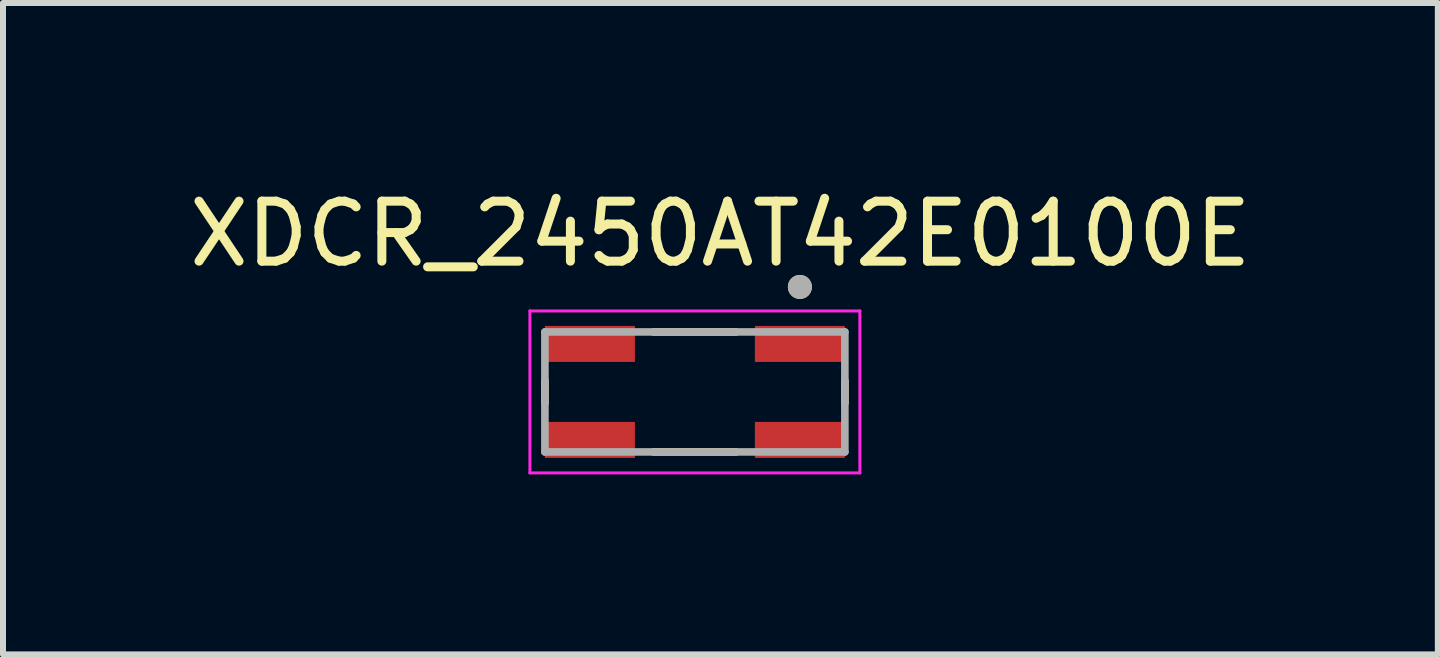
<source format=kicad_pcb>
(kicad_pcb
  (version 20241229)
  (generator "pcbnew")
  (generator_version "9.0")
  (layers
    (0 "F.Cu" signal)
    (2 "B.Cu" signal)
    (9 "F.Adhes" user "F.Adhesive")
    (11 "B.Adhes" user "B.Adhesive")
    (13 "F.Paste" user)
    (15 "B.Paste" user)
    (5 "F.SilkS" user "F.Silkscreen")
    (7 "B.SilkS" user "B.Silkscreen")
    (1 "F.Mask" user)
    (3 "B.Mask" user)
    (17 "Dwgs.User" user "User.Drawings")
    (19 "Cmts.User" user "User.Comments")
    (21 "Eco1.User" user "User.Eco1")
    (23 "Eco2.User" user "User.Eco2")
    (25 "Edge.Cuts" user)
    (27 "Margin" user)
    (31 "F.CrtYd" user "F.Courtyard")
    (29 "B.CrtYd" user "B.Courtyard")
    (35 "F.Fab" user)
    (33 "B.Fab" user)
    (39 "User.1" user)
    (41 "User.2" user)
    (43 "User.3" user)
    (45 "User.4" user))
  (footprint "XDCR_2450AT42E0100E"
    (layer "F.Cu")
    (at 8.533 3.483)
    (property "Reference" "XDCR_2450AT42E0100E" (at 0.425 -2.635 0) (layer "F.SilkS") (effects (font (size 1 1) (thickness 0.15))))
    (attr smd)
    (fp_line (start -2.5 -0.186) (end -2.5 0.186) (stroke (width 0.127) (type solid)) (layer "F.SilkS"))
    (fp_line (start -0.686 -1) (end 0.686 -1) (stroke (width 0.127) (type solid)) (layer "F.SilkS"))
    (fp_line (start -0.686 1) (end 0.686 1) (stroke (width 0.127) (type solid)) (layer "F.SilkS"))
    (fp_line (start 2.5 -0.186) (end 2.5 0.186) (stroke (width 0.127) (type solid)) (layer "F.SilkS"))
    (fp_circle (center 1.75 -1.75) (end 1.85 -1.75) (stroke (width 0.2) (type solid)) (fill no) (layer "F.SilkS"))
    (fp_line (start -2.75 -1.35) (end 2.75 -1.35) (stroke (width 0.05) (type solid)) (layer "F.CrtYd"))
    (fp_line (start -2.75 1.35) (end -2.75 -1.35) (stroke (width 0.05) (type solid)) (layer "F.CrtYd"))
    (fp_line (start 2.75 -1.35) (end 2.75 1.35) (stroke (width 0.05) (type solid)) (layer "F.CrtYd"))
    (fp_line (start 2.75 1.35) (end -2.75 1.35) (stroke (width 0.05) (type solid)) (layer "F.CrtYd"))
    (fp_line (start -2.5 -1) (end 2.5 -1) (stroke (width 0.127) (type solid)) (layer "F.Fab"))
    (fp_line (start -2.5 1) (end -2.5 -1) (stroke (width 0.127) (type solid)) (layer "F.Fab"))
    (fp_line (start 2.5 -1) (end 2.5 1) (stroke (width 0.127) (type solid)) (layer "F.Fab"))
    (fp_line (start 2.5 1) (end -2.5 1) (stroke (width 0.127) (type solid)) (layer "F.Fab"))
    (fp_circle (center 1.75 -1.75) (end 1.85 -1.75) (stroke (width 0.2) (type solid)) (fill no) (layer "F.Fab"))
    (pad "1" smd rect (at 1.75 -0.8) (size 1.5 0.6) (layers "F.Cu" "F.Mask" "F.Paste"))
    (pad "2" smd rect (at -1.75 -0.8) (size 1.5 0.6) (layers "F.Cu" "F.Mask" "F.Paste"))
    (pad "3" smd rect (at -1.75 0.8) (size 1.5 0.6) (layers "F.Cu" "F.Mask" "F.Paste"))
    (pad "4" smd rect (at 1.75 0.8) (size 1.5 0.6) (layers "F.Cu" "F.Mask" "F.Paste")))
  (gr_rect
    (start -3 -3)
    (end 20.917 7.858)
    (stroke (width 0.1) (type default))
    (fill no)
    (layer "Edge.Cuts")))
</source>
